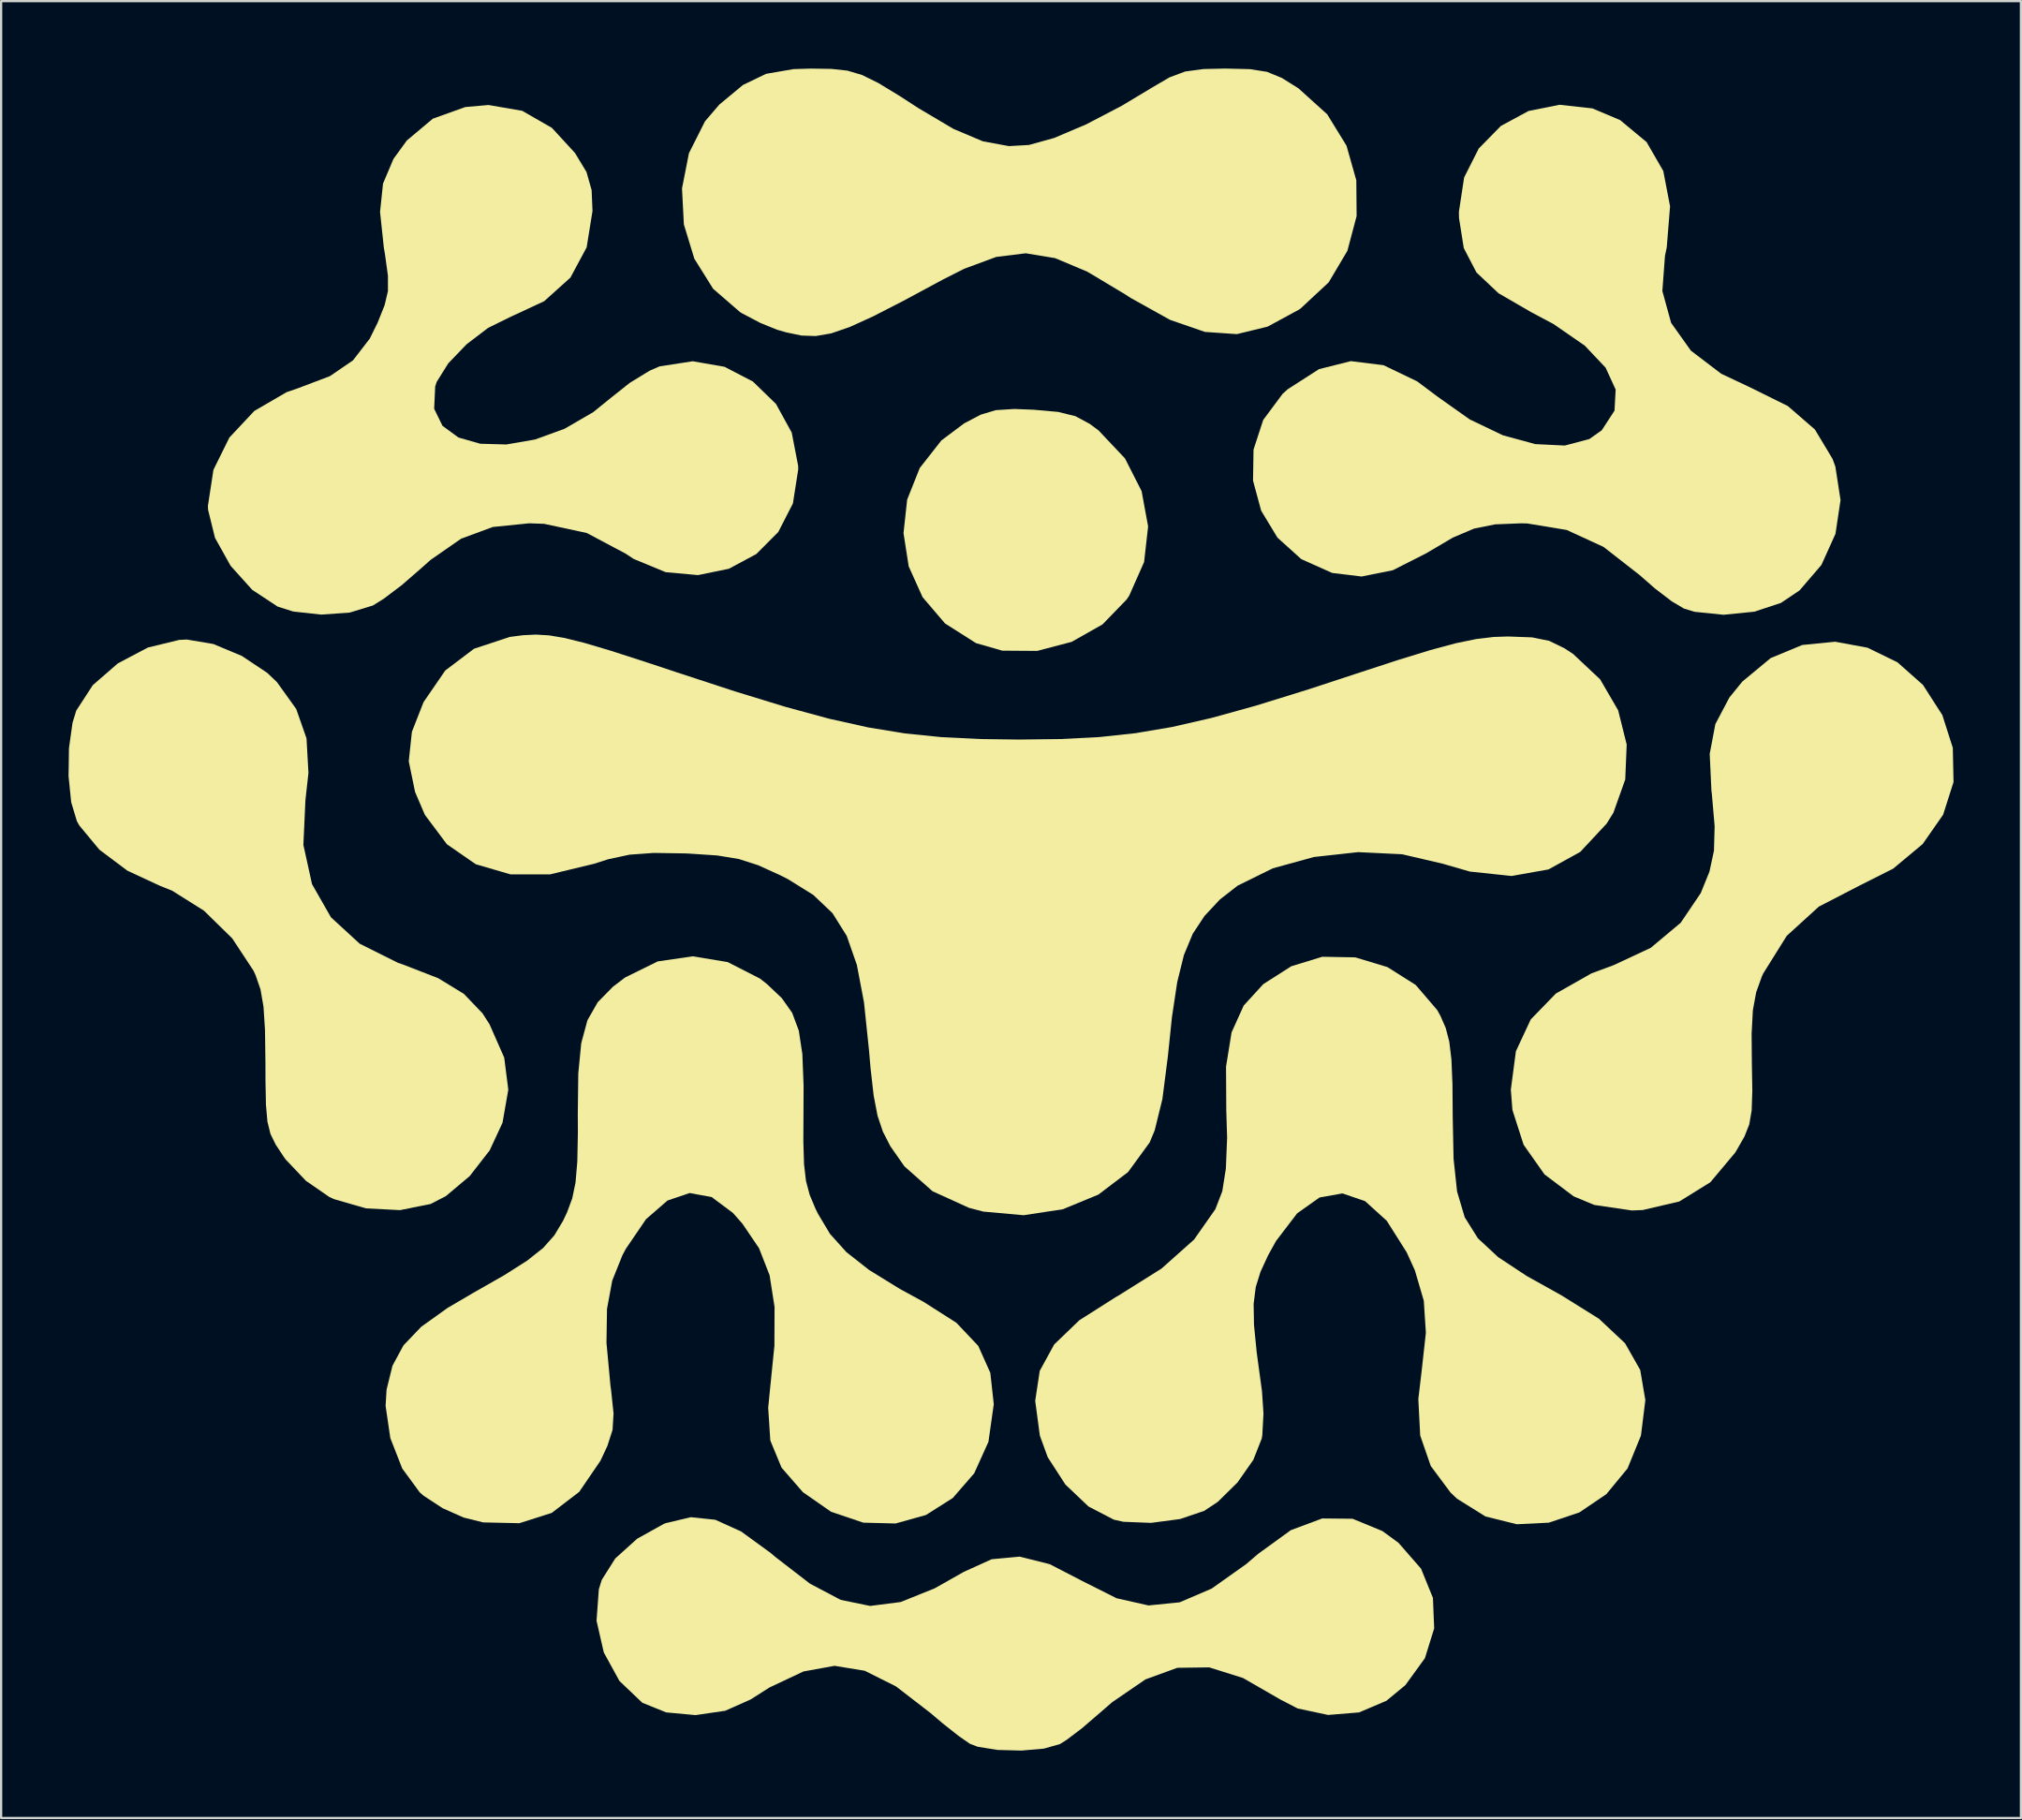
<source format=kicad_pcb>
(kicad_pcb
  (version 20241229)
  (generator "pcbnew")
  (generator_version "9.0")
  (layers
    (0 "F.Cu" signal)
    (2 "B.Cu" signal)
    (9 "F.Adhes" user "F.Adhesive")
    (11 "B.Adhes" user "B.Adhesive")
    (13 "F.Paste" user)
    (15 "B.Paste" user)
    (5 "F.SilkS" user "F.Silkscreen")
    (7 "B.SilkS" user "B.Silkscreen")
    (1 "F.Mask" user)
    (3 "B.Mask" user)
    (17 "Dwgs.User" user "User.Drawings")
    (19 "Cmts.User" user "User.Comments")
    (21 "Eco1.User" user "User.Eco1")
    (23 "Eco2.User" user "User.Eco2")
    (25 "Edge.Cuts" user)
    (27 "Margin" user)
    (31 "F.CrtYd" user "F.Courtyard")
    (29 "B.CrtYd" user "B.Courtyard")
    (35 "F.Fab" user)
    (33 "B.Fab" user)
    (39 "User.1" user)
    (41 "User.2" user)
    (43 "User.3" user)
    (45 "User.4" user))
  (footprint "nrrh logo"
    (layer "F.Cu")
    (at 42.672 37.289)
    (property "Reference" "nrrh logo" (at 0 0 0) (layer "F.SilkS") (effects (font (size 1.5 1.5) (thickness 0.3))))
    (attr board_only exclude_from_pos_files exclude_from_bom)
    (fp_poly (pts (xy 0.262 -22.112) (xy 1.359 -22.014) (xy 2.125 -21.826) (xy 2.767 -21.481) (xy 3.16 -21.188) (xy 4.333 -19.946) (xy 5.073 -18.49) (xy 5.362 -16.92) (xy 5.184 -15.337) (xy 4.522 -13.841) (xy 4.409 -13.672) (xy 3.335 -12.562) (xy 1.961 -11.785) (xy 0.426 -11.382) (xy -1.129 -11.393) (xy -2.297 -11.729) (xy -3.674 -12.603) (xy -4.673 -13.773) (xy -5.291 -15.144) (xy -5.521 -16.623) (xy -5.359 -18.112) (xy -4.799 -19.518) (xy -3.837 -20.745) (xy -2.823 -21.505) (xy -2.081 -21.894) (xy -1.412 -22.093) (xy -0.595 -22.145)) (stroke (width 0) (type solid)) (fill yes) (layer "F.SilkS"))
    (fp_poly (pts (xy 37.372 -11.525) (xy 38.703 -10.876) (xy 39.84 -9.868) (xy 40.7 -8.529) (xy 41.166 -7.07) (xy 41.198 -5.545) (xy 40.735 -4.095) (xy 39.824 -2.789) (xy 38.511 -1.695) (xy 37.033 -0.951) (xy 35.204 -0.005) (xy 33.779 1.292) (xy 32.733 2.964) (xy 32.667 3.109) (xy 32.416 3.809) (xy 32.27 4.605) (xy 32.214 5.649) (xy 32.225 6.944) (xy 32.246 8.193) (xy 32.217 9.055) (xy 32.11 9.681) (xy 31.896 10.222) (xy 31.548 10.831) (xy 31.48 10.942) (xy 30.378 12.256) (xy 28.996 13.112) (xy 27.367 13.492) (xy 26.886 13.511) (xy 25.213 13.265) (xy 24.294 12.882) (xy 22.999 11.906) (xy 22.07 10.59) (xy 21.571 9.038) (xy 21.501 8.135) (xy 21.726 6.428) (xy 22.388 5.011) (xy 23.503 3.862) (xy 25.086 2.964) (xy 26.084 2.594) (xy 27.727 1.826) (xy 29.059 0.711) (xy 29.951 -0.608) (xy 30.339 -1.565) (xy 30.539 -2.497) (xy 30.569 -3.583) (xy 30.447 -4.996) (xy 30.425 -5.178) (xy 30.35 -6.803) (xy 30.601 -8.126) (xy 31.223 -9.306) (xy 31.8 -10.017) (xy 33.062 -11.063) (xy 34.468 -11.646) (xy 35.932 -11.791)) (stroke (width 0) (type solid)) (fill yes) (layer "F.SilkS"))
    (fp_poly (pts (xy -36.231 -11.69) (xy -34.965 -11.16) (xy -33.832 -10.406) (xy -33.398 -9.992) (xy -32.541 -8.797) (xy -32.084 -7.491) (xy -31.998 -5.953) (xy -32.133 -4.734) (xy -32.223 -2.751) (xy -31.839 -1.007) (xy -30.997 0.468) (xy -29.716 1.645) (xy -28.012 2.495) (xy -27.789 2.57) (xy -26.222 3.179) (xy -25.081 3.876) (xy -24.254 4.74) (xy -23.942 5.225) (xy -23.287 6.712) (xy -23.106 8.137) (xy -23.363 9.609) (xy -23.934 10.837) (xy -24.824 11.982) (xy -25.883 12.872) (xy -26.566 13.224) (xy -27.925 13.496) (xy -29.439 13.417) (xy -30.863 13.006) (xy -31.081 12.903) (xy -32.111 12.191) (xy -33.01 11.244) (xy -33.097 11.123) (xy -33.453 10.585) (xy -33.687 10.109) (xy -33.823 9.561) (xy -33.889 8.81) (xy -33.91 7.723) (xy -33.912 6.935) (xy -33.931 5.487) (xy -33.998 4.446) (xy -34.131 3.678) (xy -34.347 3.051) (xy -34.447 2.837) (xy -35.391 1.405) (xy -36.649 0.173) (xy -38.066 -0.717) (xy -38.622 -0.94) (xy -40.056 -1.606) (xy -41.301 -2.54) (xy -42.194 -3.617) (xy -42.302 -3.81) (xy -42.555 -4.655) (xy -42.672 -5.81) (xy -42.653 -7.058) (xy -42.495 -8.186) (xy -42.329 -8.727) (xy -41.594 -9.858) (xy -40.481 -10.826) (xy -39.146 -11.531) (xy -37.748 -11.872) (xy -37.405 -11.888)) (stroke (width 0) (type solid)) (fill yes) (layer "F.SilkS"))
    (fp_poly (pts (xy 9.891 -37.263) (xy 10.654 -37.143) (xy 11.312 -36.872) (xy 12.05 -36.411) (xy 13.331 -35.254) (xy 14.19 -33.857) (xy 14.626 -32.316) (xy 14.639 -30.725) (xy 14.229 -29.181) (xy 13.396 -27.777) (xy 12.14 -26.609) (xy 12.073 -26.564) (xy 10.679 -25.808) (xy 9.311 -25.475) (xy 7.89 -25.573) (xy 6.339 -26.109) (xy 4.58 -27.088) (xy 4.322 -27.256) (xy 2.655 -28.253) (xy 1.226 -28.855) (xy -0.084 -29.071) (xy -1.395 -28.909) (xy -2.826 -28.38) (xy -3.783 -27.895) (xy -5.519 -26.96) (xy -6.869 -26.267) (xy -7.916 -25.791) (xy -8.742 -25.507) (xy -9.431 -25.389) (xy -10.066 -25.412) (xy -10.731 -25.551) (xy -11.142 -25.669) (xy -11.878 -25.966) (xy -12.7 -26.398) (xy -12.795 -26.456) (xy -13.992 -27.492) (xy -14.828 -28.829) (xy -15.294 -30.355) (xy -15.377 -31.957) (xy -15.068 -33.524) (xy -14.353 -34.944) (xy -13.713 -35.69) (xy -12.666 -36.558) (xy -11.637 -37.055) (xy -10.412 -37.265) (xy -9.642 -37.288) (xy -8.73 -37.274) (xy -8.018 -37.197) (xy -7.368 -37.004) (xy -6.642 -36.647) (xy -5.7 -36.074) (xy -4.864 -35.532) (xy -3.301 -34.606) (xy -1.991 -34.053) (xy -0.832 -33.839) (xy 0.06 -33.89) (xy 1.182 -34.202) (xy 2.601 -34.804) (xy 4.2 -35.639) (xy 5.525 -36.436) (xy 6.319 -36.9) (xy 7.013 -37.158) (xy 7.831 -37.268) (xy 8.804 -37.289)) (stroke (width 0) (type solid)) (fill yes) (layer "F.SilkS"))
    (fp_poly (pts (xy -13.897 27.27) (xy -12.746 27.791) (xy -11.433 28.747) (xy -11.21 28.935) (xy -9.681 30.114) (xy -8.315 30.834) (xy -7.006 31.104) (xy -5.649 30.93) (xy -4.137 30.323) (xy -2.837 29.587) (xy -1.597 29.026) (xy -0.353 28.91) (xy 0.985 29.246) (xy 2.432 29.994) (xy 3.96 30.762) (xy 5.379 31.082) (xy 6.765 30.943) (xy 8.189 30.333) (xy 9.728 29.241) (xy 10.258 28.787) (xy 11.712 27.733) (xy 13.108 27.212) (xy 14.46 27.225) (xy 15.784 27.771) (xy 16.5 28.293) (xy 17.507 29.447) (xy 18.035 30.747) (xy 18.09 32.103) (xy 17.679 33.427) (xy 16.809 34.627) (xy 15.964 35.324) (xy 14.749 35.841) (xy 13.368 35.954) (xy 12.013 35.664) (xy 11.244 35.266) (xy 9.585 34.31) (xy 8.083 33.838) (xy 6.662 33.856) (xy 5.246 34.371) (xy 3.759 35.389) (xy 3.148 35.919) (xy 2.409 36.553) (xy 1.734 37.064) (xy 1.436 37.251) (xy 0.722 37.452) (xy -0.279 37.538) (xy -1.338 37.51) (xy -2.225 37.367) (xy -2.567 37.236) (xy -3.064 36.892) (xy -3.778 36.328) (xy -4.323 35.866) (xy -5.854 34.685) (xy -7.246 33.988) (xy -8.59 33.768) (xy -9.973 34.019) (xy -11.487 34.733) (xy -12.325 35.266) (xy -13.454 35.768) (xy -14.776 35.961) (xy -16.082 35.84) (xy -17.143 35.411) (xy -18.161 34.442) (xy -18.857 33.173) (xy -19.18 31.761) (xy -19.077 30.361) (xy -18.947 29.944) (xy -18.347 28.992) (xy -17.373 28.114) (xy -16.189 27.456) (xy -16.095 27.419) (xy -14.983 27.156)) (stroke (width 0) (type solid)) (fill yes) (layer "F.SilkS"))
    (fp_poly (pts (xy 25.13 -35.517) (xy 26.364 -34.996) (xy 27.541 -34.019) (xy 28.284 -32.732) (xy 28.586 -31.161) (xy 28.438 -29.329) (xy 28.36 -28.962) (xy 28.243 -27.393) (xy 28.633 -25.976) (xy 29.513 -24.739) (xy 30.863 -23.712) (xy 32.155 -23.103) (xy 33.826 -22.276) (xy 35.03 -21.232) (xy 35.813 -19.93) (xy 35.941 -19.582) (xy 36.171 -18.093) (xy 35.946 -16.591) (xy 35.32 -15.206) (xy 34.347 -14.073) (xy 33.517 -13.516) (xy 32.334 -13.127) (xy 30.965 -12.99) (xy 29.674 -13.122) (xy 29.201 -13.267) (xy 28.661 -13.588) (xy 27.914 -14.159) (xy 27.233 -14.755) (xy 25.625 -16.009) (xy 23.987 -16.762) (xy 22.232 -17.052) (xy 21.951 -17.058) (xy 20.803 -17.012) (xy 19.861 -16.822) (xy 18.919 -16.422) (xy 17.771 -15.745) (xy 17.741 -15.727) (xy 16.249 -14.97) (xy 14.864 -14.692) (xy 13.55 -14.851) (xy 12.177 -15.465) (xy 11.117 -16.421) (xy 10.393 -17.618) (xy 10.03 -18.957) (xy 10.052 -20.337) (xy 10.483 -21.658) (xy 11.347 -22.819) (xy 11.576 -23.025) (xy 12.966 -23.917) (xy 14.383 -24.273) (xy 15.836 -24.093) (xy 17.331 -23.375) (xy 18.262 -22.678) (xy 19.672 -21.681) (xy 21.146 -20.975) (xy 22.588 -20.582) (xy 23.903 -20.519) (xy 24.995 -20.808) (xy 25.547 -21.199) (xy 26.114 -22.071) (xy 26.165 -23.008) (xy 25.718 -23.982) (xy 24.79 -24.963) (xy 23.397 -25.925) (xy 22.41 -26.449) (xy 20.952 -27.294) (xy 19.972 -28.217) (xy 19.407 -29.303) (xy 19.195 -30.64) (xy 19.19 -30.916) (xy 19.423 -32.445) (xy 20.075 -33.735) (xy 21.059 -34.737) (xy 22.287 -35.401) (xy 23.673 -35.678)) (stroke (width 0) (type solid)) (fill yes) (layer "F.SilkS"))
    (fp_poly (pts (xy -22.488 -35.41) (xy -21.165 -34.65) (xy -20.14 -33.535) (xy -19.627 -32.689) (xy -19.398 -31.882) (xy -19.359 -30.954) (xy -19.62 -29.334) (xy -20.341 -27.99) (xy -21.509 -26.94) (xy -23.052 -26.222) (xy -24.003 -25.753) (xy -24.962 -25.023) (xy -25.776 -24.175) (xy -26.29 -23.353) (xy -26.359 -23.145) (xy -26.404 -22.154) (xy -26.034 -21.396) (xy -25.325 -20.876) (xy -24.352 -20.598) (xy -23.19 -20.566) (xy -21.916 -20.787) (xy -20.603 -21.264) (xy -19.329 -22.003) (xy -18.539 -22.642) (xy -17.7 -23.308) (xy -16.819 -23.847) (xy -16.372 -24.041) (xy -14.899 -24.268) (xy -13.487 -24.022) (xy -12.223 -23.367) (xy -11.196 -22.37) (xy -10.495 -21.096) (xy -10.208 -19.612) (xy -10.206 -19.455) (xy -10.442 -17.942) (xy -11.093 -16.673) (xy -12.071 -15.691) (xy -13.29 -15.037) (xy -14.664 -14.754) (xy -16.104 -14.885) (xy -17.524 -15.472) (xy -17.883 -15.708) (xy -19.615 -16.628) (xy -21.514 -17.036) (xy -22.175 -17.059) (xy -23.795 -16.895) (xy -25.204 -16.375) (xy -26.565 -15.43) (xy -27.024 -15.021) (xy -27.842 -14.312) (xy -28.648 -13.703) (xy -29.127 -13.404) (xy -30.159 -13.088) (xy -31.427 -12.997) (xy -32.675 -13.134) (xy -33.371 -13.355) (xy -34.498 -14.098) (xy -35.463 -15.17) (xy -36.156 -16.412) (xy -36.465 -17.663) (xy -36.471 -17.834) (xy -36.226 -19.438) (xy -35.515 -20.876) (xy -34.408 -22.057) (xy -32.973 -22.891) (xy -32.476 -23.063) (xy -31.043 -23.606) (xy -30.017 -24.307) (xy -29.271 -25.273) (xy -28.92 -25.984) (xy -28.608 -26.765) (xy -28.461 -27.391) (xy -28.461 -28.071) (xy -28.591 -29.015) (xy -28.645 -29.335) (xy -28.812 -30.912) (xy -28.68 -32.172) (xy -28.215 -33.27) (xy -27.619 -34.09) (xy -26.464 -35.059) (xy -25.02 -35.577) (xy -23.986 -35.668)) (stroke (width 0) (type solid)) (fill yes) (layer "F.SilkS"))
    (fp_poly (pts (xy 14.582 2.251) (xy 16.012 2.684) (xy 17.269 3.479) (xy 18.224 4.593) (xy 18.369 4.853) (xy 18.605 5.395) (xy 18.763 6.003) (xy 18.858 6.797) (xy 18.904 7.897) (xy 18.915 9.338) (xy 18.953 11.212) (xy 19.109 12.668) (xy 19.449 13.812) (xy 20.036 14.749) (xy 20.935 15.585) (xy 22.209 16.426) (xy 23.754 17.287) (xy 25.422 18.328) (xy 26.581 19.416) (xy 27.258 20.605) (xy 27.486 21.947) (xy 27.294 23.498) (xy 27.283 23.543) (xy 26.694 24.987) (xy 25.751 26.131) (xy 24.552 26.944) (xy 23.191 27.4) (xy 21.766 27.47) (xy 20.372 27.123) (xy 19.106 26.334) (xy 18.817 26.059) (xy 17.938 24.878) (xy 17.468 23.522) (xy 17.385 21.902) (xy 17.533 20.647) (xy 17.721 18.95) (xy 17.628 17.527) (xy 17.23 16.171) (xy 16.865 15.37) (xy 15.98 13.97) (xy 15.017 13.097) (xy 14.009 12.752) (xy 12.99 12.933) (xy 11.993 13.639) (xy 11.053 14.87) (xy 10.698 15.513) (xy 10.364 16.236) (xy 10.152 16.915) (xy 10.057 17.665) (xy 10.073 18.6) (xy 10.195 19.834) (xy 10.419 21.482) (xy 10.429 21.555) (xy 10.495 22.546) (xy 10.443 23.505) (xy 10.419 23.655) (xy 10.043 24.606) (xy 9.341 25.609) (xy 8.466 26.471) (xy 7.86 26.874) (xy 6.785 27.238) (xy 5.493 27.409) (xy 4.269 27.361) (xy 3.84 27.267) (xy 2.709 26.68) (xy 1.683 25.705) (xy 0.896 24.49) (xy 0.545 23.528) (xy 0.338 21.979) (xy 0.54 20.646) (xy 1.184 19.47) (xy 2.303 18.394) (xy 3.929 17.361) (xy 4.024 17.309) (xy 5.956 16.097) (xy 7.407 14.805) (xy 8.353 13.456) (xy 8.662 12.657) (xy 8.822 11.647) (xy 8.877 10.272) (xy 8.84 9.051) (xy 8.829 7.115) (xy 9.075 5.59) (xy 9.616 4.393) (xy 10.488 3.44) (xy 11.729 2.649) (xy 11.734 2.646) (xy 13.113 2.224)) (stroke (width 0) (type solid)) (fill yes) (layer "F.SilkS"))
    (fp_poly (pts (xy -13.344 2.461) (xy -11.907 3.195) (xy -11.603 3.433) (xy -10.938 4.062) (xy -10.475 4.718) (xy -10.18 5.511) (xy -10.022 6.553) (xy -9.967 7.955) (xy -9.971 9.021) (xy -9.978 10.44) (xy -9.947 11.455) (xy -9.86 12.201) (xy -9.697 12.813) (xy -9.44 13.427) (xy -9.332 13.649) (xy -8.791 14.554) (xy -8.062 15.364) (xy -7.056 16.155) (xy -5.684 17.001) (xy -4.629 17.576) (xy -3.168 18.507) (xy -2.196 19.534) (xy -1.659 20.733) (xy -1.505 22.131) (xy -1.742 23.802) (xy -2.376 25.205) (xy -3.329 26.302) (xy -4.521 27.058) (xy -5.873 27.436) (xy -7.308 27.4) (xy -8.746 26.914) (xy -9.998 26.043) (xy -10.948 24.951) (xy -11.449 23.741) (xy -11.542 22.29) (xy -11.48 21.654) (xy -11.265 19.525) (xy -11.259 17.804) (xy -11.48 16.392) (xy -11.95 15.19) (xy -12.688 14.1) (xy -13.113 13.619) (xy -14.057 12.915) (xy -15.036 12.735) (xy -16.021 13.068) (xy -16.978 13.899) (xy -17.877 15.219) (xy -18.029 15.505) (xy -18.481 16.632) (xy -18.714 17.891) (xy -18.737 19.401) (xy -18.562 21.283) (xy -18.528 21.538) (xy -18.423 22.539) (xy -18.466 23.269) (xy -18.697 23.986) (xy -19.005 24.645) (xy -19.952 26.031) (xy -21.173 26.965) (xy -22.615 27.424) (xy -24.225 27.388) (xy -25.095 27.171) (xy -26.028 26.756) (xy -26.876 26.2) (xy -27.047 26.051) (xy -27.825 24.99) (xy -28.355 23.636) (xy -28.565 22.208) (xy -28.522 21.483) (xy -28.259 20.416) (xy -27.77 19.512) (xy -26.979 18.684) (xy -25.806 17.845) (xy -24.679 17.184) (xy -23.276 16.384) (xy -22.266 15.742) (xy -21.557 15.18) (xy -21.057 14.617) (xy -20.672 13.975) (xy -20.49 13.591) (xy -20.261 12.973) (xy -20.114 12.262) (xy -20.035 11.33) (xy -20.01 10.052) (xy -20.014 9.198) (xy -19.992 7.42) (xy -19.861 6.072) (xy -19.585 5.049) (xy -19.127 4.247) (xy -18.451 3.558) (xy -17.908 3.145) (xy -16.457 2.431) (xy -14.898 2.204)) (stroke (width 0) (type solid)) (fill yes) (layer "F.SilkS"))
    (fp_poly (pts (xy -21.294 -12.074) (xy -20.605 -11.959) (xy -19.729 -11.741) (xy -18.579 -11.4) (xy -17.071 -10.914) (xy -15.672 -10.45) (xy -13.022 -9.582) (xy -10.775 -8.894) (xy -8.83 -8.366) (xy -7.089 -7.978) (xy -5.453 -7.711) (xy -3.821 -7.545) (xy -2.093 -7.461) (xy -0.405 -7.439) (xy 1.482 -7.461) (xy 3.184 -7.549) (xy 4.801 -7.722) (xy 6.435 -7.999) (xy 8.186 -8.401) (xy 10.155 -8.946) (xy 12.445 -9.655) (xy 14.591 -10.359) (xy 16.458 -10.97) (xy 17.913 -11.417) (xy 19.048 -11.723) (xy 19.959 -11.91) (xy 20.739 -12.003) (xy 21.371 -12.024) (xy 22.444 -11.985) (xy 23.208 -11.83) (xy 23.891 -11.497) (xy 24.273 -11.246) (xy 25.474 -10.118) (xy 26.276 -8.74) (xy 26.656 -7.219) (xy 26.592 -5.664) (xy 26.065 -4.183) (xy 25.764 -3.699) (xy 24.587 -2.438) (xy 23.174 -1.66) (xy 21.534 -1.369) (xy 19.676 -1.566) (xy 18.484 -1.911) (xy 16.665 -2.336) (xy 14.705 -2.43) (xy 12.742 -2.214) (xy 10.911 -1.71) (xy 9.346 -0.939) (xy 8.555 -0.323) (xy 7.871 0.409) (xy 7.349 1.2) (xy 6.955 2.148) (xy 6.657 3.354) (xy 6.422 4.914) (xy 6.242 6.651) (xy 5.997 8.557) (xy 5.655 9.948) (xy 5.431 10.486) (xy 4.47 11.803) (xy 3.147 12.806) (xy 1.564 13.458) (xy -0.177 13.722) (xy -1.974 13.561) (xy -2.61 13.393) (xy -4.229 12.656) (xy -5.482 11.547) (xy -6.107 10.652) (xy -6.439 10.005) (xy -6.676 9.301) (xy -6.849 8.402) (xy -6.989 7.17) (xy -7.058 6.368) (xy -7.28 4.252) (xy -7.596 2.589) (xy -8.048 1.295) (xy -8.681 0.285) (xy -9.536 -0.527) (xy -10.658 -1.225) (xy -10.993 -1.396) (xy -11.983 -1.846) (xy -12.851 -2.125) (xy -13.809 -2.282) (xy -15.071 -2.366) (xy -15.24 -2.373) (xy -16.639 -2.395) (xy -17.711 -2.317) (xy -18.664 -2.113) (xy -19.295 -1.911) (xy -21.242 -1.442) (xy -23.009 -1.441) (xy -24.555 -1.893) (xy -25.838 -2.781) (xy -26.817 -4.088) (xy -27.254 -5.107) (xy -27.535 -6.471) (xy -27.395 -7.783) (xy -26.877 -9.104) (xy -25.909 -10.513) (xy -24.63 -11.479) (xy -23.04 -12.004) (xy -22.457 -12.08) (xy -21.883 -12.108)) (stroke (width 0) (type solid)) (fill yes) (layer "F.SilkS")))
  (gr_rect
    (start -3 -3)
    (end 86.87 77.828)
    (stroke (width 0.1) (type default))
    (fill no)
    (layer "Edge.Cuts")))
</source>
